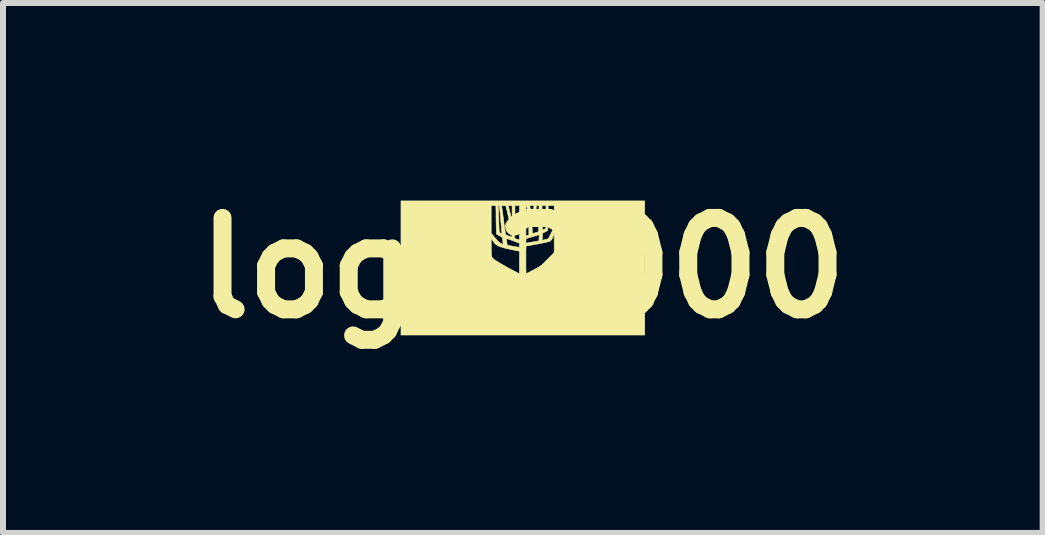
<source format=kicad_pcb>
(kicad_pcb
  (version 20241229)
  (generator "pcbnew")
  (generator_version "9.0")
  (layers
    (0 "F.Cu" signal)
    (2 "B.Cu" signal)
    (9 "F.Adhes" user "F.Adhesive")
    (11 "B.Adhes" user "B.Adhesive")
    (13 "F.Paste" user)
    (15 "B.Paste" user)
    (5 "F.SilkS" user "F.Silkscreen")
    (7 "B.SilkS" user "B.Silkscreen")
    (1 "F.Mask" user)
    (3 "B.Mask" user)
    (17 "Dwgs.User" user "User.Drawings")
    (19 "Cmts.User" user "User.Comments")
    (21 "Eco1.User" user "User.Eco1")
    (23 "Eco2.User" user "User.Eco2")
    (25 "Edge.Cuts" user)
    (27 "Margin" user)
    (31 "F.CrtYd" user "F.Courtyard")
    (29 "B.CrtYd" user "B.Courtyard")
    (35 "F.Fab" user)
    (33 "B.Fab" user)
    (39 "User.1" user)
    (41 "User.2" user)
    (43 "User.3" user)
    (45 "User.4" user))
  (footprint "logo2000"
    (layer "F.Cu")
    (at 5.668 1.418)
    (property "Reference" "logo2000" (at 0 0 0) (layer "F.SilkS") (effects (font (size 1.524 1.524) (thickness 0.3))))
    (attr through_hole)
    (fp_poly (pts (xy 2.032 1.118) (xy -2.032 1.118) (xy -2.032 -0.5) (xy -0.529 -0.5) (xy -0.527 -0.351) (xy -0.527 -0.308) (xy -0.526 -0.274) (xy -0.526 -0.247) (xy -0.525 -0.227) (xy -0.524 -0.213) (xy -0.522 -0.202) (xy -0.52 -0.194) (xy -0.518 -0.187) (xy -0.514 -0.18) (xy -0.513 -0.178) (xy -0.498 -0.158) (xy -0.476 -0.139) (xy -0.467 -0.133) (xy -0.442 -0.117) (xy -0.409 -0.097) (xy -0.372 -0.074) (xy -0.331 -0.051) (xy -0.29 -0.027) (xy -0.25 -0.004) (xy -0.212 0.016) (xy -0.18 0.033) (xy -0.17 0.038) (xy -0.144 0.052) (xy -0.12 0.064) (xy -0.1 0.075) (xy -0.085 0.083) (xy -0.081 0.085) (xy -0.069 0.092) (xy -0.061 0.096) (xy -0.06 0.097) (xy -0.059 0.092) (xy -0.058 0.078) (xy -0.057 0.056) (xy -0.057 0.027) (xy -0.056 -0.007) (xy -0.056 -0.046) (xy -0.056 -0.088) (xy -0.056 -0.091) (xy -0.056 -0.134) (xy 0.051 -0.134) (xy 0.051 -0.087) (xy 0.051 -0.043) (xy 0.051 -0.003) (xy 0.052 0.031) (xy 0.053 0.059) (xy 0.053 0.08) (xy 0.054 0.092) (xy 0.055 0.096) (xy 0.06 0.093) (xy 0.073 0.086) (xy 0.092 0.077) (xy 0.116 0.065) (xy 0.137 0.054) (xy 0.176 0.034) (xy 0.217 0.012) (xy 0.259 -0.011) (xy 0.3 -0.035) (xy 0.341 -0.058) (xy 0.38 -0.081) (xy 0.415 -0.103) (xy 0.445 -0.122) (xy 0.47 -0.138) (xy 0.487 -0.151) (xy 0.497 -0.159) (xy 0.503 -0.166) (xy 0.509 -0.174) (xy 0.513 -0.184) (xy 0.516 -0.196) (xy 0.519 -0.212) (xy 0.521 -0.232) (xy 0.522 -0.258) (xy 0.523 -0.29) (xy 0.523 -0.331) (xy 0.523 -0.38) (xy 0.523 -0.398) (xy 0.522 -0.582) (xy 0.508 -0.537) (xy 0.496 -0.504) (xy 0.484 -0.48) (xy 0.471 -0.462) (xy 0.456 -0.45) (xy 0.452 -0.448) (xy 0.441 -0.443) (xy 0.422 -0.437) (xy 0.398 -0.431) (xy 0.37 -0.424) (xy 0.361 -0.422) (xy 0.34 -0.418) (xy 0.313 -0.413) (xy 0.282 -0.407) (xy 0.249 -0.4) (xy 0.213 -0.394) (xy 0.178 -0.387) (xy 0.145 -0.381) (xy 0.114 -0.376) (xy 0.089 -0.371) (xy 0.069 -0.368) (xy 0.057 -0.366) (xy 0.055 -0.366) (xy 0.054 -0.361) (xy 0.053 -0.347) (xy 0.052 -0.325) (xy 0.052 -0.295) (xy 0.051 -0.26) (xy 0.051 -0.219) (xy 0.051 -0.174) (xy 0.051 -0.134) (xy -0.056 -0.134) (xy -0.056 -0.279) (xy -0.067 -0.282) (xy -0.076 -0.283) (xy -0.092 -0.287) (xy -0.115 -0.291) (xy -0.143 -0.297) (xy -0.175 -0.303) (xy -0.182 -0.305) (xy -0.244 -0.318) (xy -0.297 -0.33) (xy -0.341 -0.343) (xy -0.378 -0.355) (xy -0.408 -0.367) (xy -0.433 -0.381) (xy -0.452 -0.395) (xy -0.463 -0.405) (xy -0.475 -0.418) (xy -0.489 -0.437) (xy -0.503 -0.458) (xy -0.505 -0.462) (xy -0.529 -0.5) (xy -2.032 -0.5) (xy -2.032 -1.041) (xy -0.528 -1.041) (xy -0.528 -0.579) (xy -0.477 -0.517) (xy -0.458 -0.494) (xy -0.44 -0.474) (xy -0.425 -0.456) (xy -0.413 -0.444) (xy -0.41 -0.44) (xy -0.4 -0.433) (xy -0.386 -0.423) (xy -0.37 -0.413) (xy -0.354 -0.403) (xy -0.34 -0.395) (xy -0.332 -0.391) (xy -0.331 -0.391) (xy -0.331 -0.396) (xy -0.331 -0.409) (xy -0.332 -0.427) (xy -0.333 -0.441) (xy -0.334 -0.463) (xy -0.336 -0.483) (xy -0.336 -0.486) (xy -0.273 -0.486) (xy -0.272 -0.473) (xy -0.27 -0.455) (xy -0.268 -0.434) (xy -0.265 -0.414) (xy -0.263 -0.397) (xy -0.261 -0.385) (xy -0.259 -0.382) (xy -0.254 -0.38) (xy -0.24 -0.376) (xy -0.221 -0.372) (xy -0.196 -0.367) (xy -0.169 -0.362) (xy -0.142 -0.358) (xy -0.116 -0.353) (xy -0.093 -0.35) (xy -0.075 -0.347) (xy -0.065 -0.346) (xy -0.06 -0.347) (xy -0.057 -0.351) (xy -0.056 -0.362) (xy -0.057 -0.38) (xy -0.058 -0.414) (xy -0.111 -0.434) (xy 0.051 -0.434) (xy 0.052 -0.423) (xy 0.055 -0.418) (xy 0.059 -0.417) (xy 0.06 -0.417) (xy 0.067 -0.417) (xy 0.083 -0.42) (xy 0.106 -0.423) (xy 0.134 -0.428) (xy 0.164 -0.433) (xy 0.167 -0.434) (xy 0.197 -0.439) (xy 0.224 -0.444) (xy 0.245 -0.448) (xy 0.26 -0.451) (xy 0.266 -0.453) (xy 0.266 -0.453) (xy 0.268 -0.459) (xy 0.269 -0.467) (xy 0.32 -0.467) (xy 0.321 -0.462) (xy 0.321 -0.462) (xy 0.326 -0.463) (xy 0.34 -0.466) (xy 0.358 -0.47) (xy 0.371 -0.473) (xy 0.392 -0.477) (xy 0.409 -0.482) (xy 0.42 -0.485) (xy 0.423 -0.486) (xy 0.426 -0.491) (xy 0.433 -0.504) (xy 0.444 -0.523) (xy 0.456 -0.547) (xy 0.47 -0.575) (xy 0.475 -0.585) (xy 0.523 -0.681) (xy 0.523 -1.041) (xy 0.422 -1.041) (xy 0.422 -0.925) (xy 0.421 -0.884) (xy 0.421 -0.84) (xy 0.42 -0.795) (xy 0.419 -0.753) (xy 0.418 -0.718) (xy 0.418 -0.717) (xy 0.415 -0.625) (xy 0.37 -0.601) (xy 0.325 -0.577) (xy 0.325 -0.535) (xy 0.325 -0.514) (xy 0.324 -0.494) (xy 0.322 -0.48) (xy 0.322 -0.478) (xy 0.32 -0.467) (xy 0.269 -0.467) (xy 0.269 -0.472) (xy 0.27 -0.49) (xy 0.271 -0.509) (xy 0.272 -0.528) (xy 0.272 -0.543) (xy 0.271 -0.552) (xy 0.271 -0.554) (xy 0.265 -0.552) (xy 0.251 -0.548) (xy 0.23 -0.542) (xy 0.204 -0.534) (xy 0.174 -0.525) (xy 0.16 -0.521) (xy 0.053 -0.489) (xy 0.052 -0.453) (xy 0.051 -0.434) (xy -0.111 -0.434) (xy -0.164 -0.454) (xy -0.195 -0.465) (xy -0.222 -0.475) (xy -0.245 -0.483) (xy -0.262 -0.489) (xy -0.271 -0.491) (xy -0.272 -0.492) (xy -0.273 -0.486) (xy -0.336 -0.486) (xy -0.337 -0.496) (xy -0.338 -0.5) (xy -0.344 -0.508) (xy -0.358 -0.519) (xy -0.382 -0.533) (xy -0.39 -0.537) (xy -0.44 -0.564) (xy -0.444 -0.679) (xy -0.445 -0.722) (xy -0.446 -0.771) (xy -0.446 -0.821) (xy -0.447 -0.869) (xy -0.447 -0.906) (xy -0.447 -0.94) (xy -0.448 -0.97) (xy -0.448 -0.996) (xy -0.449 -1.016) (xy -0.45 -1.028) (xy -0.45 -1.03) (xy -0.411 -1.03) (xy -0.41 -1.015) (xy -0.409 -0.999) (xy -0.409 -0.984) (xy -0.407 -0.96) (xy -0.406 -0.929) (xy -0.405 -0.893) (xy -0.403 -0.853) (xy -0.402 -0.811) (xy -0.401 -0.795) (xy -0.4 -0.744) (xy -0.398 -0.702) (xy -0.397 -0.669) (xy -0.395 -0.643) (xy -0.394 -0.623) (xy -0.392 -0.608) (xy -0.39 -0.598) (xy -0.387 -0.591) (xy -0.384 -0.587) (xy -0.38 -0.584) (xy -0.375 -0.582) (xy -0.374 -0.581) (xy -0.36 -0.576) (xy -0.353 -0.575) (xy -0.351 -0.58) (xy -0.351 -0.585) (xy -0.351 -0.593) (xy -0.352 -0.61) (xy -0.354 -0.634) (xy -0.357 -0.664) (xy -0.36 -0.699) (xy -0.363 -0.738) (xy -0.367 -0.778) (xy -0.37 -0.82) (xy -0.374 -0.86) (xy -0.377 -0.899) (xy -0.381 -0.935) (xy -0.384 -0.967) (xy -0.386 -0.992) (xy -0.388 -1.01) (xy -0.389 -1.02) (xy -0.392 -1.034) (xy -0.395 -1.039) (xy -0.354 -1.039) (xy -0.322 -0.805) (xy -0.316 -0.757) (xy -0.31 -0.712) (xy -0.304 -0.671) (xy -0.299 -0.635) (xy -0.295 -0.605) (xy -0.292 -0.582) (xy -0.29 -0.567) (xy -0.289 -0.562) (xy -0.285 -0.556) (xy -0.274 -0.549) (xy -0.255 -0.54) (xy -0.236 -0.533) (xy -0.215 -0.525) (xy -0.198 -0.519) (xy -0.187 -0.515) (xy -0.184 -0.513) (xy -0.184 -0.518) (xy -0.183 -0.532) (xy -0.183 -0.552) (xy -0.183 -0.579) (xy -0.183 -0.61) (xy -0.142 -0.61) (xy -0.142 -0.493) (xy -0.103 -0.481) (xy -0.084 -0.475) (xy -0.069 -0.47) (xy -0.061 -0.468) (xy -0.06 -0.468) (xy -0.059 -0.473) (xy -0.058 -0.486) (xy -0.057 -0.507) (xy -0.057 -0.533) (xy -0.057 -0.534) (xy 0.051 -0.534) (xy 0.072 -0.539) (xy 0.086 -0.543) (xy 0.096 -0.546) (xy 0.098 -0.547) (xy 0.099 -0.553) (xy 0.1 -0.566) (xy 0.1 -0.587) (xy 0.1 -0.613) (xy 0.1 -0.641) (xy 0.1 -0.672) (xy 0.099 -0.702) (xy 0.098 -0.731) (xy 0.097 -0.755) (xy 0.097 -0.775) (xy 0.096 -0.787) (xy 0.095 -0.791) (xy 0.09 -0.792) (xy 0.078 -0.795) (xy 0.072 -0.795) (xy 0.051 -0.799) (xy 0.051 -0.534) (xy -0.057 -0.534) (xy -0.057 -0.564) (xy -0.057 -0.58) (xy -0.058 -0.692) (xy -0.098 -0.709) (xy -0.117 -0.717) (xy -0.131 -0.723) (xy -0.139 -0.726) (xy -0.14 -0.726) (xy -0.141 -0.722) (xy -0.141 -0.708) (xy -0.142 -0.687) (xy -0.142 -0.66) (xy -0.142 -0.629) (xy -0.142 -0.61) (xy -0.183 -0.61) (xy -0.183 -0.61) (xy -0.183 -0.63) (xy -0.183 -0.746) (xy -0.221 -0.768) (xy -0.251 -0.899) (xy -0.259 -0.935) (xy -0.267 -0.967) (xy -0.273 -0.994) (xy -0.279 -1.016) (xy -0.283 -1.031) (xy -0.285 -1.036) (xy -0.291 -1.039) (xy -0.306 -1.041) (xy -0.321 -1.04) (xy -0.354 -1.039) (xy -0.395 -1.039) (xy -0.396 -1.04) (xy -0.402 -1.041) (xy -0.407 -1.041) (xy -0.41 -1.038) (xy -0.411 -1.03) (xy -0.45 -1.03) (xy -0.45 -1.03) (xy -0.453 -1.036) (xy -0.457 -1.039) (xy -0.467 -1.041) (xy -0.484 -1.041) (xy -0.491 -1.041) (xy -0.528 -1.041) (xy -2.032 -1.041) (xy -2.032 -1.042) (xy -0.243 -1.042) (xy -0.226 -0.972) (xy -0.219 -0.941) (xy -0.211 -0.908) (xy -0.204 -0.877) (xy -0.198 -0.853) (xy -0.198 -0.852) (xy -0.193 -0.831) (xy -0.188 -0.815) (xy -0.184 -0.805) (xy -0.182 -0.803) (xy -0.181 -0.808) (xy -0.18 -0.821) (xy -0.179 -0.843) (xy -0.179 -0.87) (xy -0.179 -0.903) (xy -0.179 -0.921) (xy -0.18 -1.039) (xy -0.211 -1.04) (xy -0.233 -1.041) (xy -0.132 -1.041) (xy -0.132 -0.768) (xy -0.105 -0.761) (xy -0.088 -0.756) (xy -0.073 -0.753) (xy -0.067 -0.752) (xy -0.056 -0.752) (xy -0.056 -0.801) (xy 0.146 -0.801) (xy 0.149 -0.755) (xy 0.151 -0.731) (xy 0.152 -0.701) (xy 0.154 -0.669) (xy 0.156 -0.641) (xy 0.157 -0.61) (xy 0.16 -0.588) (xy 0.162 -0.576) (xy 0.164 -0.574) (xy 0.172 -0.576) (xy 0.186 -0.58) (xy 0.205 -0.586) (xy 0.216 -0.589) (xy 0.263 -0.605) (xy 0.266 -0.715) (xy 0.267 -0.757) (xy 0.268 -0.805) (xy 0.269 -0.855) (xy 0.269 -0.901) (xy 0.269 -0.934) (xy 0.269 -1.041) (xy 0.32 -1.041) (xy 0.32 -0.958) (xy 0.32 -0.928) (xy 0.321 -0.89) (xy 0.321 -0.848) (xy 0.322 -0.805) (xy 0.323 -0.763) (xy 0.323 -0.753) (xy 0.327 -0.631) (xy 0.386 -0.661) (xy 0.386 -1.041) (xy 0.32 -1.041) (xy 0.269 -1.041) (xy 0.269 -1.042) (xy 0.248 -1.04) (xy 0.226 -1.039) (xy 0.218 -0.964) (xy 0.215 -0.935) (xy 0.211 -0.905) (xy 0.209 -0.88) (xy 0.206 -0.861) (xy 0.206 -0.857) (xy 0.203 -0.825) (xy 0.174 -0.813) (xy 0.146 -0.801) (xy -0.056 -0.801) (xy -0.056 -0.944) (xy 0.051 -0.944) (xy 0.051 -0.847) (xy 0.072 -0.85) (xy 0.086 -0.853) (xy 0.094 -0.855) (xy 0.094 -0.855) (xy 0.094 -0.86) (xy 0.092 -0.874) (xy 0.089 -0.894) (xy 0.085 -0.92) (xy 0.08 -0.949) (xy 0.074 -0.985) (xy 0.068 -1.011) (xy 0.064 -1.029) (xy 0.06 -1.039) (xy 0.059 -1.04) (xy 0.117 -1.04) (xy 0.118 -1.035) (xy 0.119 -1.021) (xy 0.122 -1.001) (xy 0.126 -0.975) (xy 0.129 -0.945) (xy 0.13 -0.945) (xy 0.134 -0.915) (xy 0.137 -0.889) (xy 0.14 -0.869) (xy 0.142 -0.855) (xy 0.142 -0.85) (xy 0.142 -0.85) (xy 0.147 -0.849) (xy 0.154 -0.848) (xy 0.158 -0.849) (xy 0.162 -0.851) (xy 0.164 -0.856) (xy 0.167 -0.865) (xy 0.169 -0.881) (xy 0.172 -0.903) (xy 0.175 -0.933) (xy 0.178 -0.963) (xy 0.181 -0.989) (xy 0.183 -1.01) (xy 0.185 -1.025) (xy 0.186 -1.03) (xy 0.186 -1.036) (xy 0.184 -1.039) (xy 0.176 -1.041) (xy 0.161 -1.041) (xy 0.152 -1.041) (xy 0.135 -1.041) (xy 0.122 -1.041) (xy 0.117 -1.04) (xy 0.117 -1.04) (xy 0.059 -1.04) (xy 0.058 -1.041) (xy 0.055 -1.04) (xy 0.053 -1.033) (xy 0.052 -1.021) (xy 0.051 -1.002) (xy 0.051 -0.976) (xy 0.051 -0.944) (xy -0.056 -0.944) (xy -0.056 -1.041) (xy -0.132 -1.041) (xy -0.233 -1.041) (xy -0.243 -1.042) (xy -2.032 -1.042) (xy -2.032 -1.118) (xy 2.032 -1.118) (xy 2.032 1.118)) (stroke (width 0.01) (type solid)) (fill yes) (layer "F.SilkS")))
  (gr_rect
    (start -3 -3)
    (end 14.336 5.836)
    (stroke (width 0.1) (type default))
    (fill no)
    (layer "Edge.Cuts")))
</source>
